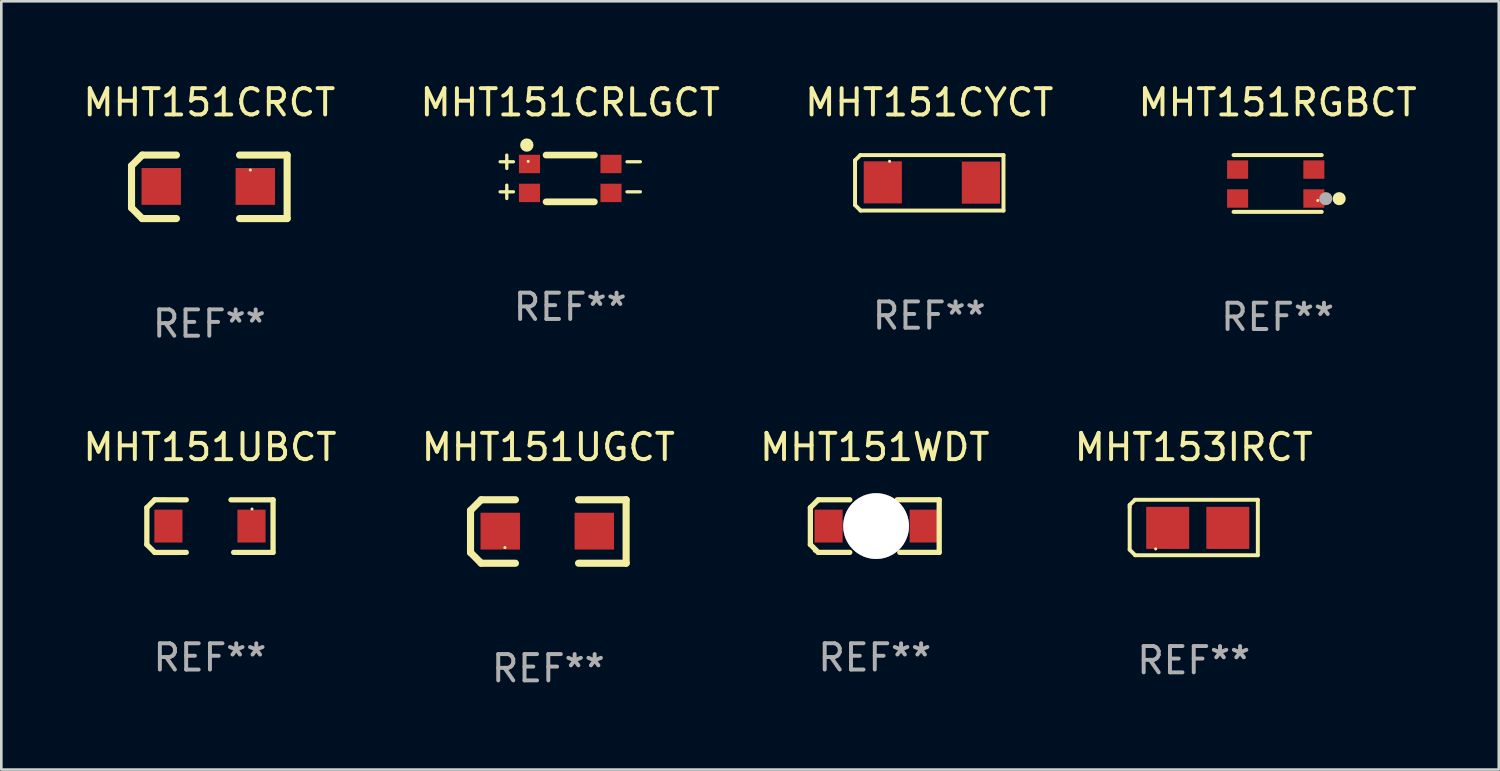
<source format=kicad_pcb>
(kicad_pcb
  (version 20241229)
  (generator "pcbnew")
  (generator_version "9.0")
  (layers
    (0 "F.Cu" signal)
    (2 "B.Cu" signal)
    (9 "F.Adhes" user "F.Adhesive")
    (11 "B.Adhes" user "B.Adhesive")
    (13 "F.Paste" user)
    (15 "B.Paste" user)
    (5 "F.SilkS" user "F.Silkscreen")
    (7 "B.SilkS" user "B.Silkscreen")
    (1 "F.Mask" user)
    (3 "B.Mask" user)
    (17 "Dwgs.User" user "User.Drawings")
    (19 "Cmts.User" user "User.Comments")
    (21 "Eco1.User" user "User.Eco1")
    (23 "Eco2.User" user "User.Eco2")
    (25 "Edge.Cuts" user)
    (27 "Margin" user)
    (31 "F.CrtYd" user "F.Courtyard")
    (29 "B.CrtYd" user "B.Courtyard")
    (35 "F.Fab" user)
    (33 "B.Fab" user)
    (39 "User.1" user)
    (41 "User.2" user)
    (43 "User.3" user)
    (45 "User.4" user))
  (footprint "MHT151CRCT"
    (layer "F.Cu")
    (at 4.911 4.055)
    (property "Reference" "MHT151CRCT" (at 0 -3.207 0) (layer "F.SilkS") (effects (font (size 1 1) (thickness 0.15))))
    (attr through_hole)
    (fp_line (start -2.959 -0.8) (end -2.959 0.8) (stroke (width 0.27) (type solid)) (layer "F.SilkS"))
    (fp_line (start -2.959 0.8) (end -2.553 1.207) (stroke (width 0.27) (type solid)) (layer "F.SilkS"))
    (fp_line (start -2.553 -1.207) (end -2.959 -0.8) (stroke (width 0.27) (type solid)) (layer "F.SilkS"))
    (fp_line (start -2.553 1.207) (end -1.251 1.207) (stroke (width 0.27) (type solid)) (layer "F.SilkS"))
    (fp_line (start -1.251 -1.207) (end -2.553 -1.207) (stroke (width 0.27) (type solid)) (layer "F.SilkS"))
    (fp_line (start 1.149 1.207) (end 2.959 1.207) (stroke (width 0.27) (type solid)) (layer "F.SilkS"))
    (fp_line (start 2.959 -1.207) (end 1.149 -1.207) (stroke (width 0.27) (type solid)) (layer "F.SilkS"))
    (fp_line (start 2.959 1.207) (end 2.959 -1.207) (stroke (width 0.27) (type solid)) (layer "F.SilkS"))
    (fp_circle (center 1.56 -0.639) (end 1.59 -0.639) (stroke (width 0.06) (type solid)) (fill no) (layer "F.SilkS"))
    (fp_text user "REF**" (at 0 5.207 0) (layer "F.Fab") (effects (font (size 1 1) (thickness 0.15))))
    (pad "1" smd rect (at 1.749 -0.014) (size 1.5 1.4) (layers "F.Cu" "F.Mask" "F.Paste"))
    (pad "2" smd rect (at -1.829 -0.014) (size 1.5 1.4) (layers "F.Cu" "F.Mask" "F.Paste")))
  (footprint "MHT151CYCT"
    (layer "F.Cu")
    (at 32.292 3.904)
    (property "Reference" "MHT151CYCT" (at 0 -3.055 0) (layer "F.SilkS") (effects (font (size 1 1) (thickness 0.15))))
    (attr through_hole)
    (fp_line (start -2.823 -0.855) (end -2.623 -1.055) (stroke (width 0.15) (type solid)) (layer "F.SilkS"))
    (fp_line (start -2.823 -0.776) (end -2.823 -0.855) (stroke (width 0.15) (type solid)) (layer "F.SilkS"))
    (fp_line (start -2.823 -0.776) (end -2.823 0.845) (stroke (width 0.15) (type solid)) (layer "F.SilkS"))
    (fp_line (start -2.823 0.845) (end -2.612 1.055) (stroke (width 0.15) (type solid)) (layer "F.SilkS"))
    (fp_line (start -2.623 -1.055) (end 2.823 -1.055) (stroke (width 0.15) (type solid)) (layer "F.SilkS"))
    (fp_line (start 2.823 -1.055) (end 2.823 1.055) (stroke (width 0.15) (type solid)) (layer "F.SilkS"))
    (fp_line (start 2.823 1.055) (end -2.612 1.055) (stroke (width 0.15) (type solid)) (layer "F.SilkS"))
    (fp_circle (center -1.51 -0.819) (end -1.48 -0.819) (stroke (width 0.06) (type solid)) (fill no) (layer "F.SilkS"))
    (fp_text user "REF**" (at 0 5.055 0) (layer "F.Fab") (effects (font (size 1 1) (thickness 0.15))))
    (pad "1" smd rect (at -1.767 -0.019) (size 1.45 1.6) (layers "F.Cu" "F.Mask" "F.Paste"))
    (pad "2" smd rect (at 1.963 -0.009 180) (size 1.45 1.6) (layers "F.Cu" "F.Mask" "F.Paste")))
  (footprint "MHT151UGCT"
    (layer "F.Cu")
    (at 17.804 17.164)
    (property "Reference" "MHT151UGCT" (at 0 -3.207 0) (layer "F.SilkS") (effects (font (size 1 1) (thickness 0.15))))
    (attr through_hole)
    (fp_line (start -2.959 -0.8) (end -2.959 0.8) (stroke (width 0.27) (type solid)) (layer "F.SilkS"))
    (fp_line (start -2.959 0.8) (end -2.553 1.207) (stroke (width 0.27) (type solid)) (layer "F.SilkS"))
    (fp_line (start -2.553 -1.207) (end -2.959 -0.8) (stroke (width 0.27) (type solid)) (layer "F.SilkS"))
    (fp_line (start -2.553 1.207) (end -1.251 1.207) (stroke (width 0.27) (type solid)) (layer "F.SilkS"))
    (fp_line (start -1.251 -1.207) (end -2.553 -1.207) (stroke (width 0.27) (type solid)) (layer "F.SilkS"))
    (fp_line (start 1.149 1.207) (end 2.959 1.207) (stroke (width 0.27) (type solid)) (layer "F.SilkS"))
    (fp_line (start 2.959 -1.207) (end 1.149 -1.207) (stroke (width 0.27) (type solid)) (layer "F.SilkS"))
    (fp_line (start 2.959 1.207) (end 2.959 -1.207) (stroke (width 0.27) (type solid)) (layer "F.SilkS"))
    (fp_circle (center -1.651 0.611) (end -1.621 0.611) (stroke (width 0.06) (type solid)) (fill no) (layer "F.SilkS"))
    (fp_text user "REF**" (at 0 5.207 0) (layer "F.Fab") (effects (font (size 1 1) (thickness 0.15))))
    (pad "1" smd rect (at -1.829 -0.014) (size 1.5 1.4) (layers "F.Cu" "F.Mask" "F.Paste"))
    (pad "2" smd rect (at 1.749 -0.014) (size 1.5 1.4) (layers "F.Cu" "F.Mask" "F.Paste")))
  (footprint "MHT151RGBCT"
    (layer "F.Cu")
    (at 45.542 3.928)
    (property "Reference" "MHT151RGBCT" (at 0 -3.08 0) (layer "F.SilkS") (effects (font (size 1 1) (thickness 0.15))))
    (attr through_hole)
    (fp_line (start 1.676 -1.08) (end -1.676 -1.08) (stroke (width 0.152) (type solid)) (layer "F.SilkS"))
    (fp_line (start 1.676 1.08) (end -1.676 1.08) (stroke (width 0.152) (type solid)) (layer "F.SilkS"))
    (fp_circle (center 1.527 0.647) (end 1.557 0.647) (stroke (width 0.06) (type solid)) (fill no) (layer "F.SilkS"))
    (fp_circle (center 2.34 0.578) (end 2.465 0.578) (stroke (width 0.25) (type solid)) (fill no) (layer "F.SilkS"))
    (fp_circle (center 1.832 0.578) (end 1.957 0.578) (stroke (width 0.25) (type solid)) (fill no) (layer "F.Fab"))
    (fp_text user "REF**" (at 0 5.08 0) (layer "F.Fab") (effects (font (size 1 1) (thickness 0.15))))
    (pad "1" smd rect (at 1.377 0.572) (size 0.8 0.7) (layers "F.Cu" "F.Mask" "F.Paste"))
    (pad "2" smd rect (at 1.377 -0.529) (size 0.8 0.7) (layers "F.Cu" "F.Mask" "F.Paste"))
    (pad "3" smd rect (at -1.523 -0.529) (size 0.8 0.7) (layers "F.Cu" "F.Mask" "F.Paste"))
    (pad "4" smd rect (at -1.523 0.572) (size 0.8 0.7) (layers "F.Cu" "F.Mask" "F.Paste")))
  (footprint "MHT151UBCT"
    (layer "F.Cu")
    (at 4.935 16.959)
    (property "Reference" "MHT151UBCT" (at 0 -3.001 0) (layer "F.SilkS") (effects (font (size 1 1) (thickness 0.15))))
    (attr through_hole)
    (fp_line (start -2.4 -0.701) (end -2.4 0.701) (stroke (width 0.2) (type solid)) (layer "F.SilkS"))
    (fp_line (start -2.4 0.701) (end -2.1 1.001) (stroke (width 0.2) (type solid)) (layer "F.SilkS"))
    (fp_line (start -2.1 -1.001) (end -2.4 -0.701) (stroke (width 0.2) (type solid)) (layer "F.SilkS"))
    (fp_line (start -2.1 1.001) (end -0.9 1) (stroke (width 0.2) (type solid)) (layer "F.SilkS"))
    (fp_line (start -0.9 -1) (end -2.1 -1.001) (stroke (width 0.2) (type solid)) (layer "F.SilkS"))
    (fp_line (start 0.9 1) (end 2.4 1) (stroke (width 0.2) (type solid)) (layer "F.SilkS"))
    (fp_line (start 2.4 -1) (end 0.8 -1) (stroke (width 0.2) (type solid)) (layer "F.SilkS"))
    (fp_line (start 2.4 1) (end 2.4 -1) (stroke (width 0.2) (type solid)) (layer "F.SilkS"))
    (fp_circle (center 1.6 -0.65) (end 1.63 -0.65) (stroke (width 0.06) (type solid)) (fill no) (layer "F.SilkS"))
    (fp_text user "REF**" (at 0 5.001 0) (layer "F.Fab") (effects (font (size 1 1) (thickness 0.15))))
    (pad "1" smd rect (at 1.58 0) (size 1.07 1.25) (layers "F.Cu" "F.Mask" "F.Paste"))
    (pad "2" smd rect (at -1.58 0) (size 1.07 1.25) (layers "F.Cu" "F.Mask" "F.Paste")))
  (footprint "MHT153IRCT"
    (layer "F.Cu")
    (at 42.351 17.012)
    (property "Reference" "MHT153IRCT" (at 0 -3.054 0) (layer "F.SilkS") (effects (font (size 1 1) (thickness 0.15))))
    (attr through_hole)
    (fp_line (start -2.437 -0.856) (end -2.236 -1.054) (stroke (width 0.15) (type solid)) (layer "F.SilkS"))
    (fp_line (start -2.437 -0.775) (end -2.437 -0.856) (stroke (width 0.15) (type solid)) (layer "F.SilkS"))
    (fp_line (start -2.437 -0.775) (end -2.437 0.843) (stroke (width 0.15) (type solid)) (layer "F.SilkS"))
    (fp_line (start -2.437 0.843) (end -2.229 1.054) (stroke (width 0.15) (type solid)) (layer "F.SilkS"))
    (fp_line (start -2.236 -1.054) (end 2.437 -1.054) (stroke (width 0.15) (type solid)) (layer "F.SilkS"))
    (fp_line (start 2.437 -1.054) (end 2.437 1.054) (stroke (width 0.15) (type solid)) (layer "F.SilkS"))
    (fp_line (start 2.437 1.054) (end -2.226 1.054) (stroke (width 0.15) (type solid)) (layer "F.SilkS"))
    (fp_circle (center -1.448 0.814) (end -1.418 0.814) (stroke (width 0.06) (type solid)) (fill no) (layer "F.SilkS"))
    (fp_text user "REF**" (at 0 5.054 0) (layer "F.Fab") (effects (font (size 1 1) (thickness 0.15))))
    (pad "1" smd rect (at -0.991 0.014) (size 1.635 1.6) (layers "F.Cu" "F.Mask" "F.Paste"))
    (pad "2" smd rect (at 1.295 0.014) (size 1.635 1.6) (layers "F.Cu" "F.Mask" "F.Paste")))
  (footprint "MHT151WDT"
    (layer "F.Cu")
    (at 30.22 16.958)
    (property "Reference" "MHT151WDT" (at 0 -3.001 0) (layer "F.SilkS") (effects (font (size 1 1) (thickness 0.15))))
    (attr through_hole)
    (fp_line (start -2.45 -0.701) (end -2.45 0.701) (stroke (width 0.2) (type solid)) (layer "F.SilkS"))
    (fp_line (start -2.45 0.701) (end -2.15 1.001) (stroke (width 0.2) (type solid)) (layer "F.SilkS"))
    (fp_line (start -2.15 -1.001) (end -2.45 -0.701) (stroke (width 0.2) (type solid)) (layer "F.SilkS"))
    (fp_line (start -2.15 1.001) (end -0.95 1) (stroke (width 0.2) (type solid)) (layer "F.SilkS"))
    (fp_line (start -0.95 -1) (end -2.15 -1.001) (stroke (width 0.2) (type solid)) (layer "F.SilkS"))
    (fp_line (start 0.95 1) (end 2.45 1) (stroke (width 0.2) (type solid)) (layer "F.SilkS"))
    (fp_line (start 2.45 -1) (end 0.85 -1) (stroke (width 0.2) (type solid)) (layer "F.SilkS"))
    (fp_line (start 2.45 1) (end 2.45 -1) (stroke (width 0.2) (type solid)) (layer "F.SilkS"))
    (fp_circle (center -2.293 0.95) (end -2.263 0.95) (stroke (width 0.06) (type solid)) (fill no) (layer "F.SilkS"))
    (fp_text user "REF**" (at 0 5.001 0) (layer "F.Fab") (effects (font (size 1 1) (thickness 0.15))))
    (pad "1" smd rect (at -1.758 0) (size 1.07 1.25) (layers "F.Cu" "F.Mask" "F.Paste"))
    (pad "2" smd rect (at 1.859 0 180) (size 1.07 1.25) (layers "F.Cu" "F.Mask" "F.Paste"))
    (pad "3" thru_hole circle (at 0.05 0) (size 2.5 2.5) (drill 2.5) (layers "*.Cu" "*.Mask")))
  (footprint "MHT151CRLGCT"
    (layer "F.Cu")
    (at 18.637 3.737)
    (property "Reference" "MHT151CRLGCT" (at 0 -2.889 0) (layer "F.SilkS") (effects (font (size 1 1) (thickness 0.15))))
    (attr through_hole)
    (fp_line (start -2.667 -0.635) (end -2.159 -0.635) (stroke (width 0.125) (type solid)) (layer "F.SilkS"))
    (fp_line (start -2.667 0.508) (end -2.159 0.508) (stroke (width 0.125) (type solid)) (layer "F.SilkS"))
    (fp_line (start -2.413 -0.889) (end -2.413 -0.381) (stroke (width 0.125) (type solid)) (layer "F.SilkS"))
    (fp_line (start -2.413 0.254) (end -2.413 0.762) (stroke (width 0.125) (type solid)) (layer "F.SilkS"))
    (fp_line (start -0.919 -0.889) (end 0.919 -0.889) (stroke (width 0.254) (type solid)) (layer "F.SilkS"))
    (fp_line (start -0.919 0.889) (end 0.919 0.889) (stroke (width 0.254) (type solid)) (layer "F.SilkS"))
    (fp_line (start 2.159 -0.635) (end 2.667 -0.635) (stroke (width 0.125) (type solid)) (layer "F.SilkS"))
    (fp_line (start 2.159 0.508) (end 2.667 0.508) (stroke (width 0.125) (type solid)) (layer "F.SilkS"))
    (fp_circle (center -1.651 -1.27) (end -1.524 -1.27) (stroke (width 0.254) (type solid)) (fill no) (layer "F.SilkS"))
    (fp_circle (center -1.6 -0.65) (end -1.57 -0.65) (stroke (width 0.06) (type solid)) (fill no) (layer "F.SilkS"))
    (fp_text user "REF**" (at 0 4.889 0) (layer "F.Fab") (effects (font (size 1 1) (thickness 0.15))))
    (pad "1" smd rect (at -1.55 -0.55) (size 0.8 0.7) (layers "F.Cu" "F.Mask" "F.Paste"))
    (pad "2" smd rect (at -1.55 0.55) (size 0.8 0.7) (layers "F.Cu" "F.Mask" "F.Paste"))
    (pad "3" smd rect (at 1.55 0.55) (size 0.8 0.7) (layers "F.Cu" "F.Mask" "F.Paste"))
    (pad "4" smd rect (at 1.55 -0.55) (size 0.8 0.7) (layers "F.Cu" "F.Mask" "F.Paste")))
  (gr_rect
    (start -3 -3)
    (end 53.952 26.219)
    (stroke (width 0.1) (type default))
    (fill no)
    (layer "Edge.Cuts")))
</source>
